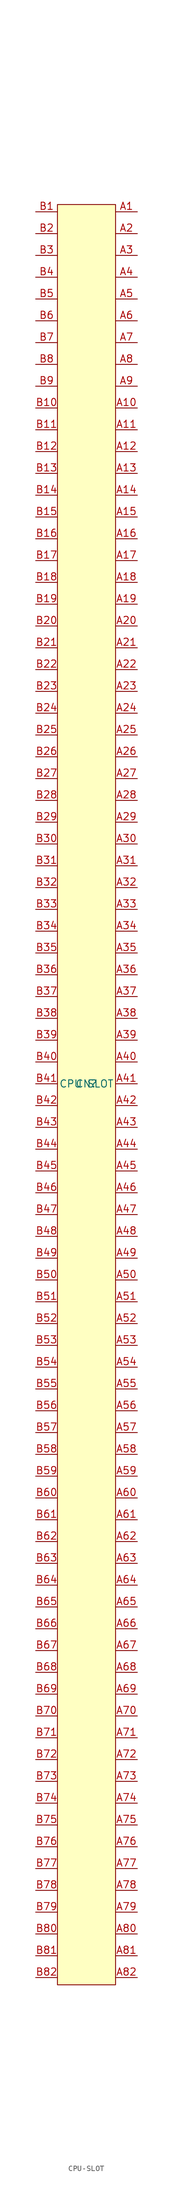
<source format=kicad_sym>
(kicad_symbol_lib
  (version 20231120)
  (generator "kicad_symbol_editor")
  (generator_version "8.0")
  (symbol "CPU-SLOT"
    (property "Reference" "CN"
      (at 0 0 0)
      (effects (font (size 1.27 1.27))))
    (property "Value" "CPU SLOT"
      (at 0 0 0)
      (effects (font (size 1.27 1.27))))
    (symbol "CPU-SLOT_0_0"
      (pin unspecified line (at 8.89 152.4 180) (length 3.81) (name "" (effects (font (size 1.27 1.27)))) (number "A1" (effects (font (size 1.27 1.27)))))
      (pin unspecified line (at 8.89 118.11 180) (length 3.81) (name "" (effects (font (size 1.27 1.27)))) (number "A10" (effects (font (size 1.27 1.27)))))
      (pin unspecified line (at 8.89 114.3 180) (length 3.81) (name "" (effects (font (size 1.27 1.27)))) (number "A11" (effects (font (size 1.27 1.27)))))
      (pin unspecified line (at 8.89 110.49 180) (length 3.81) (name "" (effects (font (size 1.27 1.27)))) (number "A12" (effects (font (size 1.27 1.27)))))
      (pin unspecified line (at 8.89 106.68 180) (length 3.81) (name "" (effects (font (size 1.27 1.27)))) (number "A13" (effects (font (size 1.27 1.27)))))
      (pin unspecified line (at 8.89 102.87 180) (length 3.81) (name "" (effects (font (size 1.27 1.27)))) (number "A14" (effects (font (size 1.27 1.27)))))
      (pin unspecified line (at 8.89 99.06 180) (length 3.81) (name "" (effects (font (size 1.27 1.27)))) (number "A15" (effects (font (size 1.27 1.27)))))
      (pin unspecified line (at 8.89 95.25 180) (length 3.81) (name "" (effects (font (size 1.27 1.27)))) (number "A16" (effects (font (size 1.27 1.27)))))
      (pin unspecified line (at 8.89 91.44 180) (length 3.81) (name "" (effects (font (size 1.27 1.27)))) (number "A17" (effects (font (size 1.27 1.27)))))
      (pin unspecified line (at 8.89 87.63 180) (length 3.81) (name "" (effects (font (size 1.27 1.27)))) (number "A18" (effects (font (size 1.27 1.27)))))
      (pin unspecified line (at 8.89 83.82 180) (length 3.81) (name "" (effects (font (size 1.27 1.27)))) (number "A19" (effects (font (size 1.27 1.27)))))
      (pin unspecified line (at 8.89 148.59 180) (length 3.81) (name "" (effects (font (size 1.27 1.27)))) (number "A2" (effects (font (size 1.27 1.27)))))
      (pin unspecified line (at 8.89 80.01 180) (length 3.81) (name "" (effects (font (size 1.27 1.27)))) (number "A20" (effects (font (size 1.27 1.27)))))
      (pin unspecified line (at 8.89 76.2 180) (length 3.81) (name "" (effects (font (size 1.27 1.27)))) (number "A21" (effects (font (size 1.27 1.27)))))
      (pin unspecified line (at 8.89 72.39 180) (length 3.81) (name "" (effects (font (size 1.27 1.27)))) (number "A22" (effects (font (size 1.27 1.27)))))
      (pin unspecified line (at 8.89 68.58 180) (length 3.81) (name "" (effects (font (size 1.27 1.27)))) (number "A23" (effects (font (size 1.27 1.27)))))
      (pin unspecified line (at 8.89 64.77 180) (length 3.81) (name "" (effects (font (size 1.27 1.27)))) (number "A24" (effects (font (size 1.27 1.27)))))
      (pin unspecified line (at 8.89 60.96 180) (length 3.81) (name "" (effects (font (size 1.27 1.27)))) (number "A25" (effects (font (size 1.27 1.27)))))
      (pin unspecified line (at 8.89 57.15 180) (length 3.81) (name "" (effects (font (size 1.27 1.27)))) (number "A26" (effects (font (size 1.27 1.27)))))
      (pin unspecified line (at 8.89 53.34 180) (length 3.81) (name "" (effects (font (size 1.27 1.27)))) (number "A27" (effects (font (size 1.27 1.27)))))
      (pin unspecified line (at 8.89 49.53 180) (length 3.81) (name "" (effects (font (size 1.27 1.27)))) (number "A28" (effects (font (size 1.27 1.27)))))
      (pin unspecified line (at 8.89 45.72 180) (length 3.81) (name "" (effects (font (size 1.27 1.27)))) (number "A29" (effects (font (size 1.27 1.27)))))
      (pin unspecified line (at 8.89 144.78 180) (length 3.81) (name "" (effects (font (size 1.27 1.27)))) (number "A3" (effects (font (size 1.27 1.27)))))
      (pin unspecified line (at 8.89 41.91 180) (length 3.81) (name "" (effects (font (size 1.27 1.27)))) (number "A30" (effects (font (size 1.27 1.27)))))
      (pin unspecified line (at 8.89 38.1 180) (length 3.81) (name "" (effects (font (size 1.27 1.27)))) (number "A31" (effects (font (size 1.27 1.27)))))
      (pin unspecified line (at 8.89 34.29 180) (length 3.81) (name "" (effects (font (size 1.27 1.27)))) (number "A32" (effects (font (size 1.27 1.27)))))
      (pin unspecified line (at 8.89 30.48 180) (length 3.81) (name "" (effects (font (size 1.27 1.27)))) (number "A33" (effects (font (size 1.27 1.27)))))
      (pin unspecified line (at 8.89 26.67 180) (length 3.81) (name "" (effects (font (size 1.27 1.27)))) (number "A34" (effects (font (size 1.27 1.27)))))
      (pin unspecified line (at 8.89 22.86 180) (length 3.81) (name "" (effects (font (size 1.27 1.27)))) (number "A35" (effects (font (size 1.27 1.27)))))
      (pin unspecified line (at 8.89 19.05 180) (length 3.81) (name "" (effects (font (size 1.27 1.27)))) (number "A36" (effects (font (size 1.27 1.27)))))
      (pin unspecified line (at 8.89 15.24 180) (length 3.81) (name "" (effects (font (size 1.27 1.27)))) (number "A37" (effects (font (size 1.27 1.27)))))
      (pin unspecified line (at 8.89 11.43 180) (length 3.81) (name "" (effects (font (size 1.27 1.27)))) (number "A38" (effects (font (size 1.27 1.27)))))
      (pin unspecified line (at 8.89 7.62 180) (length 3.81) (name "" (effects (font (size 1.27 1.27)))) (number "A39" (effects (font (size 1.27 1.27)))))
      (pin unspecified line (at 8.89 140.97 180) (length 3.81) (name "" (effects (font (size 1.27 1.27)))) (number "A4" (effects (font (size 1.27 1.27)))))
      (pin unspecified line (at 8.89 3.81 180) (length 3.81) (name "" (effects (font (size 1.27 1.27)))) (number "A40" (effects (font (size 1.27 1.27)))))
      (pin unspecified line (at 8.89 0 180) (length 3.81) (name "" (effects (font (size 1.27 1.27)))) (number "A41" (effects (font (size 1.27 1.27)))))
      (pin unspecified line (at 8.89 -3.81 180) (length 3.81) (name "" (effects (font (size 1.27 1.27)))) (number "A42" (effects (font (size 1.27 1.27)))))
      (pin unspecified line (at 8.89 -7.62 180) (length 3.81) (name "" (effects (font (size 1.27 1.27)))) (number "A43" (effects (font (size 1.27 1.27)))))
      (pin unspecified line (at 8.89 -11.43 180) (length 3.81) (name "" (effects (font (size 1.27 1.27)))) (number "A44" (effects (font (size 1.27 1.27)))))
      (pin unspecified line (at 8.89 -15.24 180) (length 3.81) (name "" (effects (font (size 1.27 1.27)))) (number "A45" (effects (font (size 1.27 1.27)))))
      (pin unspecified line (at 8.89 -19.05 180) (length 3.81) (name "" (effects (font (size 1.27 1.27)))) (number "A46" (effects (font (size 1.27 1.27)))))
      (pin unspecified line (at 8.89 -22.86 180) (length 3.81) (name "" (effects (font (size 1.27 1.27)))) (number "A47" (effects (font (size 1.27 1.27)))))
      (pin unspecified line (at 8.89 -26.67 180) (length 3.81) (name "" (effects (font (size 1.27 1.27)))) (number "A48" (effects (font (size 1.27 1.27)))))
      (pin unspecified line (at 8.89 -30.48 180) (length 3.81) (name "" (effects (font (size 1.27 1.27)))) (number "A49" (effects (font (size 1.27 1.27)))))
      (pin unspecified line (at 8.89 137.16 180) (length 3.81) (name "" (effects (font (size 1.27 1.27)))) (number "A5" (effects (font (size 1.27 1.27)))))
      (pin unspecified line (at 8.89 -34.29 180) (length 3.81) (name "" (effects (font (size 1.27 1.27)))) (number "A50" (effects (font (size 1.27 1.27)))))
      (pin unspecified line (at 8.89 -38.1 180) (length 3.81) (name "" (effects (font (size 1.27 1.27)))) (number "A51" (effects (font (size 1.27 1.27)))))
      (pin unspecified line (at 8.89 -41.91 180) (length 3.81) (name "" (effects (font (size 1.27 1.27)))) (number "A52" (effects (font (size 1.27 1.27)))))
      (pin unspecified line (at 8.89 -45.72 180) (length 3.81) (name "" (effects (font (size 1.27 1.27)))) (number "A53" (effects (font (size 1.27 1.27)))))
      (pin unspecified line (at 8.89 -49.53 180) (length 3.81) (name "" (effects (font (size 1.27 1.27)))) (number "A54" (effects (font (size 1.27 1.27)))))
      (pin unspecified line (at 8.89 -53.34 180) (length 3.81) (name "" (effects (font (size 1.27 1.27)))) (number "A55" (effects (font (size 1.27 1.27)))))
      (pin unspecified line (at 8.89 -57.15 180) (length 3.81) (name "" (effects (font (size 1.27 1.27)))) (number "A56" (effects (font (size 1.27 1.27)))))
      (pin unspecified line (at 8.89 -60.96 180) (length 3.81) (name "" (effects (font (size 1.27 1.27)))) (number "A57" (effects (font (size 1.27 1.27)))))
      (pin unspecified line (at 8.89 -64.77 180) (length 3.81) (name "" (effects (font (size 1.27 1.27)))) (number "A58" (effects (font (size 1.27 1.27)))))
      (pin unspecified line (at 8.89 -68.58 180) (length 3.81) (name "" (effects (font (size 1.27 1.27)))) (number "A59" (effects (font (size 1.27 1.27)))))
      (pin unspecified line (at 8.89 133.35 180) (length 3.81) (name "" (effects (font (size 1.27 1.27)))) (number "A6" (effects (font (size 1.27 1.27)))))
      (pin unspecified line (at 8.89 -72.39 180) (length 3.81) (name "" (effects (font (size 1.27 1.27)))) (number "A60" (effects (font (size 1.27 1.27)))))
      (pin unspecified line (at 8.89 -76.2 180) (length 3.81) (name "" (effects (font (size 1.27 1.27)))) (number "A61" (effects (font (size 1.27 1.27)))))
      (pin unspecified line (at 8.89 -80.01 180) (length 3.81) (name "" (effects (font (size 1.27 1.27)))) (number "A62" (effects (font (size 1.27 1.27)))))
      (pin unspecified line (at 8.89 -83.82 180) (length 3.81) (name "" (effects (font (size 1.27 1.27)))) (number "A63" (effects (font (size 1.27 1.27)))))
      (pin unspecified line (at 8.89 -87.63 180) (length 3.81) (name "" (effects (font (size 1.27 1.27)))) (number "A64" (effects (font (size 1.27 1.27)))))
      (pin unspecified line (at 8.89 -91.44 180) (length 3.81) (name "" (effects (font (size 1.27 1.27)))) (number "A65" (effects (font (size 1.27 1.27)))))
      (pin unspecified line (at 8.89 -95.25 180) (length 3.81) (name "" (effects (font (size 1.27 1.27)))) (number "A66" (effects (font (size 1.27 1.27)))))
      (pin unspecified line (at 8.89 -99.06 180) (length 3.81) (name "" (effects (font (size 1.27 1.27)))) (number "A67" (effects (font (size 1.27 1.27)))))
      (pin unspecified line (at 8.89 -102.87 180) (length 3.81) (name "" (effects (font (size 1.27 1.27)))) (number "A68" (effects (font (size 1.27 1.27)))))
      (pin unspecified line (at 8.89 -106.68 180) (length 3.81) (name "" (effects (font (size 1.27 1.27)))) (number "A69" (effects (font (size 1.27 1.27)))))
      (pin unspecified line (at 8.89 129.54 180) (length 3.81) (name "" (effects (font (size 1.27 1.27)))) (number "A7" (effects (font (size 1.27 1.27)))))
      (pin unspecified line (at 8.89 -110.49 180) (length 3.81) (name "" (effects (font (size 1.27 1.27)))) (number "A70" (effects (font (size 1.27 1.27)))))
      (pin unspecified line (at 8.89 -114.3 180) (length 3.81) (name "" (effects (font (size 1.27 1.27)))) (number "A71" (effects (font (size 1.27 1.27)))))
      (pin unspecified line (at 8.89 -118.11 180) (length 3.81) (name "" (effects (font (size 1.27 1.27)))) (number "A72" (effects (font (size 1.27 1.27)))))
      (pin unspecified line (at 8.89 -121.92 180) (length 3.81) (name "" (effects (font (size 1.27 1.27)))) (number "A73" (effects (font (size 1.27 1.27)))))
      (pin unspecified line (at 8.89 -125.73 180) (length 3.81) (name "" (effects (font (size 1.27 1.27)))) (number "A74" (effects (font (size 1.27 1.27)))))
      (pin unspecified line (at 8.89 -129.54 180) (length 3.81) (name "" (effects (font (size 1.27 1.27)))) (number "A75" (effects (font (size 1.27 1.27)))))
      (pin unspecified line (at 8.89 -133.35 180) (length 3.81) (name "" (effects (font (size 1.27 1.27)))) (number "A76" (effects (font (size 1.27 1.27)))))
      (pin unspecified line (at 8.89 -137.16 180) (length 3.81) (name "" (effects (font (size 1.27 1.27)))) (number "A77" (effects (font (size 1.27 1.27)))))
      (pin unspecified line (at 8.89 -140.97 180) (length 3.81) (name "" (effects (font (size 1.27 1.27)))) (number "A78" (effects (font (size 1.27 1.27)))))
      (pin unspecified line (at 8.89 -144.78 180) (length 3.81) (name "" (effects (font (size 1.27 1.27)))) (number "A79" (effects (font (size 1.27 1.27)))))
      (pin unspecified line (at 8.89 125.73 180) (length 3.81) (name "" (effects (font (size 1.27 1.27)))) (number "A8" (effects (font (size 1.27 1.27)))))
      (pin unspecified line (at 8.89 -148.59 180) (length 3.81) (name "" (effects (font (size 1.27 1.27)))) (number "A80" (effects (font (size 1.27 1.27)))))
      (pin unspecified line (at 8.89 -152.4 180) (length 3.81) (name "" (effects (font (size 1.27 1.27)))) (number "A81" (effects (font (size 1.27 1.27)))))
      (pin unspecified line (at 8.89 -156.21 180) (length 3.81) (name "" (effects (font (size 1.27 1.27)))) (number "A82" (effects (font (size 1.27 1.27)))))
      (pin unspecified line (at 8.89 121.92 180) (length 3.81) (name "" (effects (font (size 1.27 1.27)))) (number "A9" (effects (font (size 1.27 1.27)))))
      (pin unspecified line (at -8.89 152.4 0) (length 3.81) (name "" (effects (font (size 1.27 1.27)))) (number "B1" (effects (font (size 1.27 1.27)))))
      (pin unspecified line (at -8.89 118.11 0) (length 3.81) (name "" (effects (font (size 1.27 1.27)))) (number "B10" (effects (font (size 1.27 1.27)))))
      (pin unspecified line (at -8.89 114.3 0) (length 3.81) (name "" (effects (font (size 1.27 1.27)))) (number "B11" (effects (font (size 1.27 1.27)))))
      (pin unspecified line (at -8.89 110.49 0) (length 3.81) (name "" (effects (font (size 1.27 1.27)))) (number "B12" (effects (font (size 1.27 1.27)))))
      (pin unspecified line (at -8.89 106.68 0) (length 3.81) (name "" (effects (font (size 1.27 1.27)))) (number "B13" (effects (font (size 1.27 1.27)))))
      (pin unspecified line (at -8.89 102.87 0) (length 3.81) (name "" (effects (font (size 1.27 1.27)))) (number "B14" (effects (font (size 1.27 1.27)))))
      (pin unspecified line (at -8.89 99.06 0) (length 3.81) (name "" (effects (font (size 1.27 1.27)))) (number "B15" (effects (font (size 1.27 1.27)))))
      (pin unspecified line (at -8.89 95.25 0) (length 3.81) (name "" (effects (font (size 1.27 1.27)))) (number "B16" (effects (font (size 1.27 1.27)))))
      (pin unspecified line (at -8.89 91.44 0) (length 3.81) (name "" (effects (font (size 1.27 1.27)))) (number "B17" (effects (font (size 1.27 1.27)))))
      (pin unspecified line (at -8.89 87.63 0) (length 3.81) (name "" (effects (font (size 1.27 1.27)))) (number "B18" (effects (font (size 1.27 1.27)))))
      (pin unspecified line (at -8.89 83.82 0) (length 3.81) (name "" (effects (font (size 1.27 1.27)))) (number "B19" (effects (font (size 1.27 1.27)))))
      (pin unspecified line (at -8.89 148.59 0) (length 3.81) (name "" (effects (font (size 1.27 1.27)))) (number "B2" (effects (font (size 1.27 1.27)))))
      (pin unspecified line (at -8.89 80.01 0) (length 3.81) (name "" (effects (font (size 1.27 1.27)))) (number "B20" (effects (font (size 1.27 1.27)))))
      (pin unspecified line (at -8.89 76.2 0) (length 3.81) (name "" (effects (font (size 1.27 1.27)))) (number "B21" (effects (font (size 1.27 1.27)))))
      (pin unspecified line (at -8.89 72.39 0) (length 3.81) (name "" (effects (font (size 1.27 1.27)))) (number "B22" (effects (font (size 1.27 1.27)))))
      (pin unspecified line (at -8.89 68.58 0) (length 3.81) (name "" (effects (font (size 1.27 1.27)))) (number "B23" (effects (font (size 1.27 1.27)))))
      (pin unspecified line (at -8.89 64.77 0) (length 3.81) (name "" (effects (font (size 1.27 1.27)))) (number "B24" (effects (font (size 1.27 1.27)))))
      (pin unspecified line (at -8.89 60.96 0) (length 3.81) (name "" (effects (font (size 1.27 1.27)))) (number "B25" (effects (font (size 1.27 1.27)))))
      (pin unspecified line (at -8.89 57.15 0) (length 3.81) (name "" (effects (font (size 1.27 1.27)))) (number "B26" (effects (font (size 1.27 1.27)))))
      (pin unspecified line (at -8.89 53.34 0) (length 3.81) (name "" (effects (font (size 1.27 1.27)))) (number "B27" (effects (font (size 1.27 1.27)))))
      (pin unspecified line (at -8.89 49.53 0) (length 3.81) (name "" (effects (font (size 1.27 1.27)))) (number "B28" (effects (font (size 1.27 1.27)))))
      (pin unspecified line (at -8.89 45.72 0) (length 3.81) (name "" (effects (font (size 1.27 1.27)))) (number "B29" (effects (font (size 1.27 1.27)))))
      (pin unspecified line (at -8.89 144.78 0) (length 3.81) (name "" (effects (font (size 1.27 1.27)))) (number "B3" (effects (font (size 1.27 1.27)))))
      (pin unspecified line (at -8.89 41.91 0) (length 3.81) (name "" (effects (font (size 1.27 1.27)))) (number "B30" (effects (font (size 1.27 1.27)))))
      (pin unspecified line (at -8.89 38.1 0) (length 3.81) (name "" (effects (font (size 1.27 1.27)))) (number "B31" (effects (font (size 1.27 1.27)))))
      (pin unspecified line (at -8.89 34.29 0) (length 3.81) (name "" (effects (font (size 1.27 1.27)))) (number "B32" (effects (font (size 1.27 1.27)))))
      (pin unspecified line (at -8.89 30.48 0) (length 3.81) (name "" (effects (font (size 1.27 1.27)))) (number "B33" (effects (font (size 1.27 1.27)))))
      (pin unspecified line (at -8.89 26.67 0) (length 3.81) (name "" (effects (font (size 1.27 1.27)))) (number "B34" (effects (font (size 1.27 1.27)))))
      (pin unspecified line (at -8.89 22.86 0) (length 3.81) (name "" (effects (font (size 1.27 1.27)))) (number "B35" (effects (font (size 1.27 1.27)))))
      (pin unspecified line (at -8.89 19.05 0) (length 3.81) (name "" (effects (font (size 1.27 1.27)))) (number "B36" (effects (font (size 1.27 1.27)))))
      (pin unspecified line (at -8.89 15.24 0) (length 3.81) (name "" (effects (font (size 1.27 1.27)))) (number "B37" (effects (font (size 1.27 1.27)))))
      (pin unspecified line (at -8.89 11.43 0) (length 3.81) (name "" (effects (font (size 1.27 1.27)))) (number "B38" (effects (font (size 1.27 1.27)))))
      (pin unspecified line (at -8.89 7.62 0) (length 3.81) (name "" (effects (font (size 1.27 1.27)))) (number "B39" (effects (font (size 1.27 1.27)))))
      (pin unspecified line (at -8.89 140.97 0) (length 3.81) (name "" (effects (font (size 1.27 1.27)))) (number "B4" (effects (font (size 1.27 1.27)))))
      (pin unspecified line (at -8.89 3.81 0) (length 3.81) (name "" (effects (font (size 1.27 1.27)))) (number "B40" (effects (font (size 1.27 1.27)))))
      (pin unspecified line (at -8.89 0 0) (length 3.81) (name "" (effects (font (size 1.27 1.27)))) (number "B41" (effects (font (size 1.27 1.27)))))
      (pin unspecified line (at -8.89 -3.81 0) (length 3.81) (name "" (effects (font (size 1.27 1.27)))) (number "B42" (effects (font (size 1.27 1.27)))))
      (pin unspecified line (at -8.89 -7.62 0) (length 3.81) (name "" (effects (font (size 1.27 1.27)))) (number "B43" (effects (font (size 1.27 1.27)))))
      (pin unspecified line (at -8.89 -11.43 0) (length 3.81) (name "" (effects (font (size 1.27 1.27)))) (number "B44" (effects (font (size 1.27 1.27)))))
      (pin unspecified line (at -8.89 -15.24 0) (length 3.81) (name "" (effects (font (size 1.27 1.27)))) (number "B45" (effects (font (size 1.27 1.27)))))
      (pin unspecified line (at -8.89 -19.05 0) (length 3.81) (name "" (effects (font (size 1.27 1.27)))) (number "B46" (effects (font (size 1.27 1.27)))))
      (pin unspecified line (at -8.89 -22.86 0) (length 3.81) (name "" (effects (font (size 1.27 1.27)))) (number "B47" (effects (font (size 1.27 1.27)))))
      (pin unspecified line (at -8.89 -26.67 0) (length 3.81) (name "" (effects (font (size 1.27 1.27)))) (number "B48" (effects (font (size 1.27 1.27)))))
      (pin unspecified line (at -8.89 -30.48 0) (length 3.81) (name "" (effects (font (size 1.27 1.27)))) (number "B49" (effects (font (size 1.27 1.27)))))
      (pin unspecified line (at -8.89 137.16 0) (length 3.81) (name "" (effects (font (size 1.27 1.27)))) (number "B5" (effects (font (size 1.27 1.27)))))
      (pin unspecified line (at -8.89 -34.29 0) (length 3.81) (name "" (effects (font (size 1.27 1.27)))) (number "B50" (effects (font (size 1.27 1.27)))))
      (pin unspecified line (at -8.89 -38.1 0) (length 3.81) (name "" (effects (font (size 1.27 1.27)))) (number "B51" (effects (font (size 1.27 1.27)))))
      (pin unspecified line (at -8.89 -41.91 0) (length 3.81) (name "" (effects (font (size 1.27 1.27)))) (number "B52" (effects (font (size 1.27 1.27)))))
      (pin unspecified line (at -8.89 -45.72 0) (length 3.81) (name "" (effects (font (size 1.27 1.27)))) (number "B53" (effects (font (size 1.27 1.27)))))
      (pin unspecified line (at -8.89 -49.53 0) (length 3.81) (name "" (effects (font (size 1.27 1.27)))) (number "B54" (effects (font (size 1.27 1.27)))))
      (pin unspecified line (at -8.89 -53.34 0) (length 3.81) (name "" (effects (font (size 1.27 1.27)))) (number "B55" (effects (font (size 1.27 1.27)))))
      (pin unspecified line (at -8.89 -57.15 0) (length 3.81) (name "" (effects (font (size 1.27 1.27)))) (number "B56" (effects (font (size 1.27 1.27)))))
      (pin unspecified line (at -8.89 -60.96 0) (length 3.81) (name "" (effects (font (size 1.27 1.27)))) (number "B57" (effects (font (size 1.27 1.27)))))
      (pin unspecified line (at -8.89 -64.77 0) (length 3.81) (name "" (effects (font (size 1.27 1.27)))) (number "B58" (effects (font (size 1.27 1.27)))))
      (pin unspecified line (at -8.89 -68.58 0) (length 3.81) (name "" (effects (font (size 1.27 1.27)))) (number "B59" (effects (font (size 1.27 1.27)))))
      (pin unspecified line (at -8.89 133.35 0) (length 3.81) (name "" (effects (font (size 1.27 1.27)))) (number "B6" (effects (font (size 1.27 1.27)))))
      (pin unspecified line (at -8.89 -72.39 0) (length 3.81) (name "" (effects (font (size 1.27 1.27)))) (number "B60" (effects (font (size 1.27 1.27)))))
      (pin unspecified line (at -8.89 -76.2 0) (length 3.81) (name "" (effects (font (size 1.27 1.27)))) (number "B61" (effects (font (size 1.27 1.27)))))
      (pin unspecified line (at -8.89 -80.01 0) (length 3.81) (name "" (effects (font (size 1.27 1.27)))) (number "B62" (effects (font (size 1.27 1.27)))))
      (pin unspecified line (at -8.89 -83.82 0) (length 3.81) (name "" (effects (font (size 1.27 1.27)))) (number "B63" (effects (font (size 1.27 1.27)))))
      (pin unspecified line (at -8.89 -87.63 0) (length 3.81) (name "" (effects (font (size 1.27 1.27)))) (number "B64" (effects (font (size 1.27 1.27)))))
      (pin unspecified line (at -8.89 -91.44 0) (length 3.81) (name "" (effects (font (size 1.27 1.27)))) (number "B65" (effects (font (size 1.27 1.27)))))
      (pin unspecified line (at -8.89 -95.25 0) (length 3.81) (name "" (effects (font (size 1.27 1.27)))) (number "B66" (effects (font (size 1.27 1.27)))))
      (pin unspecified line (at -8.89 -99.06 0) (length 3.81) (name "" (effects (font (size 1.27 1.27)))) (number "B67" (effects (font (size 1.27 1.27)))))
      (pin unspecified line (at -8.89 -102.87 0) (length 3.81) (name "" (effects (font (size 1.27 1.27)))) (number "B68" (effects (font (size 1.27 1.27)))))
      (pin unspecified line (at -8.89 -106.68 0) (length 3.81) (name "" (effects (font (size 1.27 1.27)))) (number "B69" (effects (font (size 1.27 1.27)))))
      (pin unspecified line (at -8.89 129.54 0) (length 3.81) (name "" (effects (font (size 1.27 1.27)))) (number "B7" (effects (font (size 1.27 1.27)))))
      (pin unspecified line (at -8.89 -110.49 0) (length 3.81) (name "" (effects (font (size 1.27 1.27)))) (number "B70" (effects (font (size 1.27 1.27)))))
      (pin unspecified line (at -8.89 -114.3 0) (length 3.81) (name "" (effects (font (size 1.27 1.27)))) (number "B71" (effects (font (size 1.27 1.27)))))
      (pin unspecified line (at -8.89 -118.11 0) (length 3.81) (name "" (effects (font (size 1.27 1.27)))) (number "B72" (effects (font (size 1.27 1.27)))))
      (pin unspecified line (at -8.89 -121.92 0) (length 3.81) (name "" (effects (font (size 1.27 1.27)))) (number "B73" (effects (font (size 1.27 1.27)))))
      (pin unspecified line (at -8.89 -125.73 0) (length 3.81) (name "" (effects (font (size 1.27 1.27)))) (number "B74" (effects (font (size 1.27 1.27)))))
      (pin unspecified line (at -8.89 -129.54 0) (length 3.81) (name "" (effects (font (size 1.27 1.27)))) (number "B75" (effects (font (size 1.27 1.27)))))
      (pin unspecified line (at -8.89 -133.35 0) (length 3.81) (name "" (effects (font (size 1.27 1.27)))) (number "B76" (effects (font (size 1.27 1.27)))))
      (pin unspecified line (at -8.89 -137.16 0) (length 3.81) (name "" (effects (font (size 1.27 1.27)))) (number "B77" (effects (font (size 1.27 1.27)))))
      (pin unspecified line (at -8.89 -140.97 0) (length 3.81) (name "" (effects (font (size 1.27 1.27)))) (number "B78" (effects (font (size 1.27 1.27)))))
      (pin unspecified line (at -8.89 -144.78 0) (length 3.81) (name "" (effects (font (size 1.27 1.27)))) (number "B79" (effects (font (size 1.27 1.27)))))
      (pin unspecified line (at -8.89 125.73 0) (length 3.81) (name "" (effects (font (size 1.27 1.27)))) (number "B8" (effects (font (size 1.27 1.27)))))
      (pin unspecified line (at -8.89 -148.59 0) (length 3.81) (name "" (effects (font (size 1.27 1.27)))) (number "B80" (effects (font (size 1.27 1.27)))))
      (pin unspecified line (at -8.89 -152.4 0) (length 3.81) (name "" (effects (font (size 1.27 1.27)))) (number "B81" (effects (font (size 1.27 1.27)))))
      (pin unspecified line (at -8.89 -156.21 0) (length 3.81) (name "" (effects (font (size 1.27 1.27)))) (number "B82" (effects (font (size 1.27 1.27)))))
      (pin unspecified line (at -8.89 121.92 0) (length 3.81) (name "" (effects (font (size 1.27 1.27)))) (number "B9" (effects (font (size 1.27 1.27))))))
    (symbol "CPU-SLOT_0_1"
      (rectangle (start -5.08 153.67) (end 5.08 -157.48) (stroke (width 0) (type default)) (fill (type background))))))
</source>
